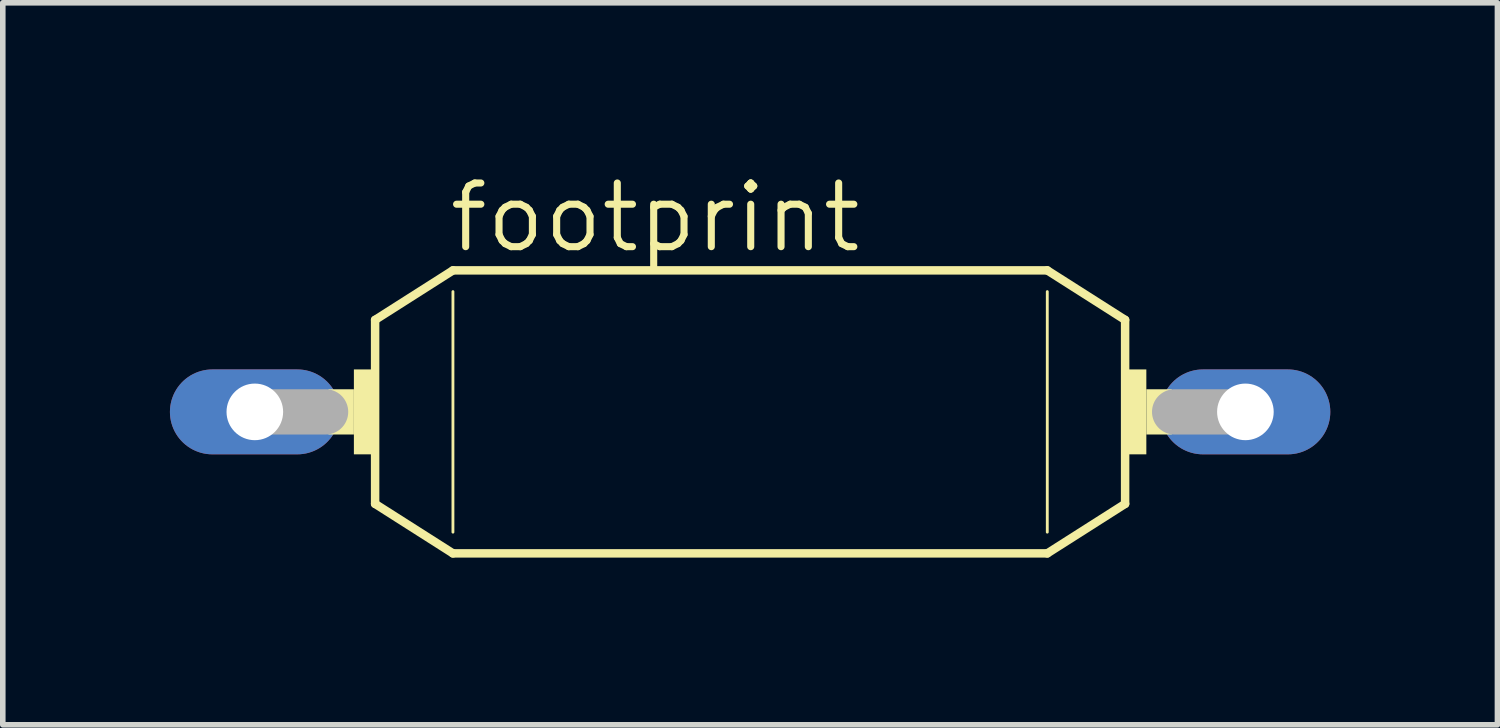
<source format=kicad_pcb>
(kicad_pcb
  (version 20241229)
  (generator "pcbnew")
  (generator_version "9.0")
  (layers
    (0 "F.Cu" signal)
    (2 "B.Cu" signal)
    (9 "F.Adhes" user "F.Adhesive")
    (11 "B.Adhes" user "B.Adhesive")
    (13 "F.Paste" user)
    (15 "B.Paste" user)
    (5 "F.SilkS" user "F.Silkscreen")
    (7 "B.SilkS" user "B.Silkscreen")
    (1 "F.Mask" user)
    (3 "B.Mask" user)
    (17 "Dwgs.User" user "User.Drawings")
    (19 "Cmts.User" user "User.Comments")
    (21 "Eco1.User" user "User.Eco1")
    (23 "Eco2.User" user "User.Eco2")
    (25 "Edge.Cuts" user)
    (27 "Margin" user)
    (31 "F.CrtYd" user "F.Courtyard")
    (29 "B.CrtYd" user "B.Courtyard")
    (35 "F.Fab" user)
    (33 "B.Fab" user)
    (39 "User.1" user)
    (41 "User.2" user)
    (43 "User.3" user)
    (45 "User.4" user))
  (footprint "footprint"
    (layer "F.Cu")
    (at 10.414 4.343)
    (property "Reference" "footprint" (at -5.461 -2.819 0) (layer "F.SilkS") (effects (font (size 1.143 1.143) (thickness 0.127)) (justify left bottom)))
    (fp_line (start -6.731 -1.651) (end -5.334 -2.54) (stroke (width 0.152) (type solid)) (layer "F.SilkS"))
    (fp_line (start -6.731 1.651) (end -6.731 -1.651) (stroke (width 0.152) (type solid)) (layer "F.SilkS"))
    (fp_line (start -6.731 1.651) (end -5.334 2.54) (stroke (width 0.152) (type solid)) (layer "F.SilkS"))
    (fp_line (start -5.334 -2.159) (end -5.334 2.159) (stroke (width 0.051) (type solid)) (layer "F.SilkS"))
    (fp_line (start 5.334 -2.54) (end -5.334 -2.54) (stroke (width 0.152) (type solid)) (layer "F.SilkS"))
    (fp_line (start 5.334 -2.159) (end 5.334 2.159) (stroke (width 0.051) (type solid)) (layer "F.SilkS"))
    (fp_line (start 5.334 2.54) (end -5.334 2.54) (stroke (width 0.152) (type solid)) (layer "F.SilkS"))
    (fp_line (start 6.731 -1.651) (end 5.334 -2.54) (stroke (width 0.152) (type solid)) (layer "F.SilkS"))
    (fp_line (start 6.731 1.651) (end 5.334 2.54) (stroke (width 0.152) (type solid)) (layer "F.SilkS"))
    (fp_line (start 6.731 1.651) (end 6.731 -1.651) (stroke (width 0.152) (type solid)) (layer "F.SilkS"))
    (fp_poly (pts (xy -7.569 0.406) (xy -7.112 0.406) (xy -7.112 -0.406) (xy -7.569 -0.406)) (stroke (width 0) (type solid)) (fill yes) (layer "F.SilkS"))
    (fp_poly (pts (xy -7.112 0.762) (xy -6.731 0.762) (xy -6.731 -0.762) (xy -7.112 -0.762)) (stroke (width 0) (type solid)) (fill yes) (layer "F.SilkS"))
    (fp_poly (pts (xy 6.731 0.762) (xy 7.112 0.762) (xy 7.112 -0.762) (xy 6.731 -0.762)) (stroke (width 0) (type solid)) (fill yes) (layer "F.SilkS"))
    (fp_poly (pts (xy 7.112 0.406) (xy 7.569 0.406) (xy 7.569 -0.406) (xy 7.112 -0.406)) (stroke (width 0) (type solid)) (fill yes) (layer "F.SilkS"))
    (fp_line (start -8.89 0) (end -7.62 0) (stroke (width 0.813) (type solid)) (layer "F.Fab"))
    (fp_line (start 8.89 0) (end 7.62 0) (stroke (width 0.813) (type solid)) (layer "F.Fab"))
    (pad "1" thru_hole oval (at -8.89 0) (size 3.048 1.524) (drill 1.016) (layers "*.Cu" "*.Mask"))
    (pad "2" thru_hole oval (at 8.89 0) (size 3.048 1.524) (drill 1.016) (layers "*.Cu" "*.Mask")))
  (gr_rect
    (start -3 -3)
    (end 23.828 9.96)
    (stroke (width 0.1) (type default))
    (fill no)
    (layer "Edge.Cuts")))
</source>
